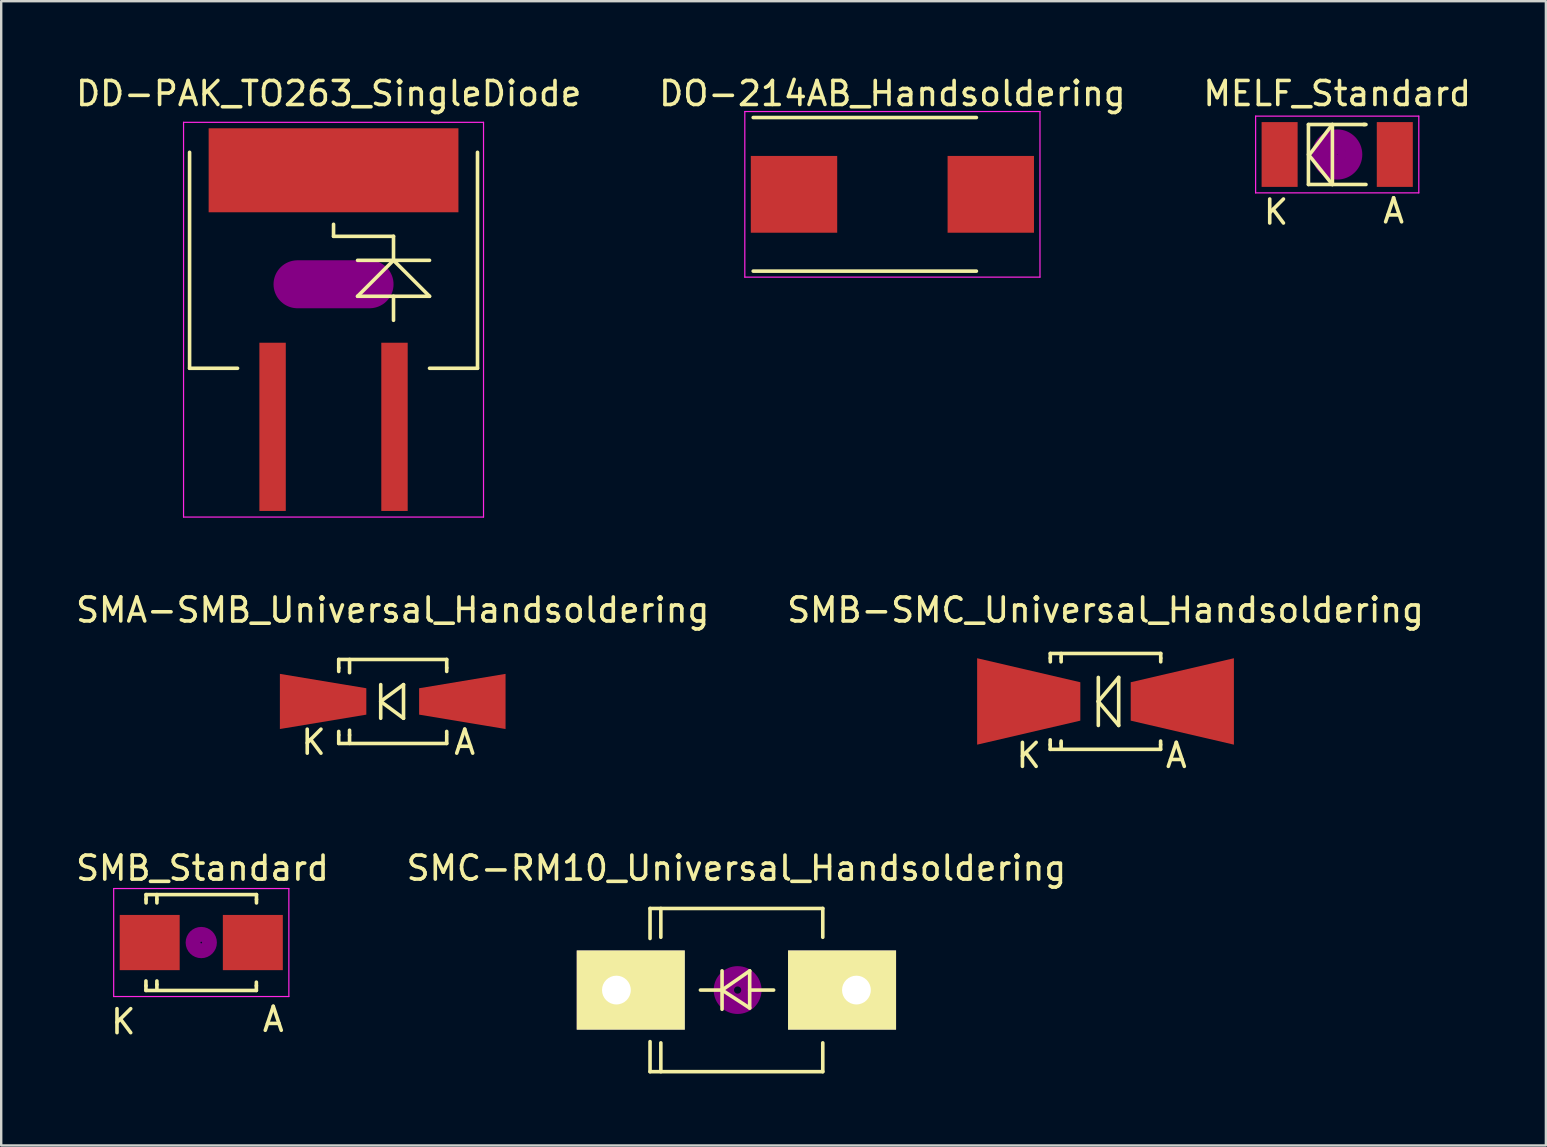
<source format=kicad_pcb>
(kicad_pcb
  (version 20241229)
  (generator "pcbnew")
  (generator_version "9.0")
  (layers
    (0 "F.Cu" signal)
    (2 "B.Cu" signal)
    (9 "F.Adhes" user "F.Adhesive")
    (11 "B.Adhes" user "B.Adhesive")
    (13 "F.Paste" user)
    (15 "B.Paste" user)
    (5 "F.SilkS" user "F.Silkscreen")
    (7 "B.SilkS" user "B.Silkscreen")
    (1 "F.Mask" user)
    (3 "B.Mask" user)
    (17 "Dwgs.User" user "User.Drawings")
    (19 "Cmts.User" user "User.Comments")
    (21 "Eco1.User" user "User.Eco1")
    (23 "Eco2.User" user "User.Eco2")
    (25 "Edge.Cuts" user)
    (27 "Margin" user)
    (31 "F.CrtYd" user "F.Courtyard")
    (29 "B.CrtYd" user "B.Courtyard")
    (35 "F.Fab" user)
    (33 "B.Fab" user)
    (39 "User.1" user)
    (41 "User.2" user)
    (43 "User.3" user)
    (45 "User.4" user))
  (footprint "SMB_Standard"
    (layer "F.Cu")
    (at 5.337 36.227)
    (property "Reference" "SMB_Standard" (at 0.05 -3.1 0) (layer "F.SilkS") (effects (font (size 1 1) (thickness 0.15))))
    (attr smd)
    (fp_line (start -2.306 1.8) (end -2.306 1.6) (stroke (width 0.15) (type solid)) (layer "F.SilkS"))
    (fp_line (start -2.306 1.996) (end -2.306 1.798) (stroke (width 0.15) (type solid)) (layer "F.SilkS"))
    (fp_line (start -2.306 1.996) (end 2.296 1.996) (stroke (width 0.15) (type solid)) (layer "F.SilkS"))
    (fp_line (start -2.301 -1.999) (end -2.301 -1.801) (stroke (width 0.15) (type solid)) (layer "F.SilkS"))
    (fp_line (start -2.301 -1.999) (end 2.301 -1.999) (stroke (width 0.15) (type solid)) (layer "F.SilkS"))
    (fp_line (start -2.301 -1.8) (end -2.301 -1.651) (stroke (width 0.15) (type solid)) (layer "F.SilkS"))
    (fp_line (start -1.849 -1.999) (end -1.849 -1.801) (stroke (width 0.15) (type solid)) (layer "F.SilkS"))
    (fp_line (start -1.849 -1.8) (end -1.849 -1.651) (stroke (width 0.15) (type solid)) (layer "F.SilkS"))
    (fp_line (start -1.849 1.75) (end -1.849 1.601) (stroke (width 0.15) (type solid)) (layer "F.SilkS"))
    (fp_line (start -1.849 1.949) (end -1.849 1.751) (stroke (width 0.15) (type solid)) (layer "F.SilkS"))
    (fp_line (start 2.296 1.8) (end 2.296 1.651) (stroke (width 0.15) (type solid)) (layer "F.SilkS"))
    (fp_line (start 2.296 1.996) (end 2.296 1.798) (stroke (width 0.15) (type solid)) (layer "F.SilkS"))
    (fp_line (start 2.301 -1.999) (end 2.301 -1.801) (stroke (width 0.15) (type solid)) (layer "F.SilkS"))
    (fp_line (start 2.301 -1.8) (end 2.301 -1.651) (stroke (width 0.15) (type solid)) (layer "F.SilkS"))
    (fp_circle (center 0 0) (end 0.201 0.099) (stroke (width 0.381) (type solid)) (fill no) (layer "F.Adhes"))
    (fp_circle (center 0 0) (end 0.45 0.099) (stroke (width 0.381) (type solid)) (fill no) (layer "F.Adhes"))
    (fp_line (start -3.65 -2.25) (end 3.65 -2.25) (stroke (width 0.05) (type solid)) (layer "F.CrtYd"))
    (fp_line (start -3.65 2.25) (end -3.65 -2.25) (stroke (width 0.05) (type solid)) (layer "F.CrtYd"))
    (fp_line (start 3.65 -2.25) (end 3.65 2.25) (stroke (width 0.05) (type solid)) (layer "F.CrtYd"))
    (fp_line (start 3.65 2.25) (end -3.65 2.25) (stroke (width 0.05) (type solid)) (layer "F.CrtYd"))
    (fp_text user "K" (at -3.25 3.3 0) (layer "F.SilkS") (effects (font (size 1 1) (thickness 0.15))))
    (fp_text user "A" (at 3 3.2 0) (layer "F.SilkS") (effects (font (size 1 1) (thickness 0.15))))
    (pad "1" smd rect (at -2.149 0) (size 2.499 2.301) (layers "F.Cu" "F.Mask" "F.Paste"))
    (pad "2" smd rect (at 2.149 0) (size 2.499 2.301) (layers "F.Cu" "F.Mask" "F.Paste")))
  (footprint "SMA-SMB_Universal_Handsoldering"
    (layer "F.Cu")
    (at 13.315 26.18)
    (property "Reference" "SMA-SMB_Universal_Handsoldering" (at 0 -3.81 0) (layer "F.SilkS") (effects (font (size 1 1) (thickness 0.15))))
    (attr smd)
    (fp_line (start -2.25 -1.75) (end -2.25 -1.4) (stroke (width 0.15) (type solid)) (layer "F.SilkS"))
    (fp_line (start -2.25 -1.75) (end 2.25 -1.75) (stroke (width 0.15) (type solid)) (layer "F.SilkS"))
    (fp_line (start -2.25 -1.4) (end -2.25 -1.25) (stroke (width 0.15) (type solid)) (layer "F.SilkS"))
    (fp_line (start -2.25 1.4) (end -2.25 1.25) (stroke (width 0.15) (type solid)) (layer "F.SilkS"))
    (fp_line (start -2.25 1.75) (end -2.25 1.4) (stroke (width 0.15) (type solid)) (layer "F.SilkS"))
    (fp_line (start -2.25 1.75) (end 2.25 1.75) (stroke (width 0.15) (type solid)) (layer "F.SilkS"))
    (fp_line (start -1.799 -1.75) (end -1.799 -1.4) (stroke (width 0.15) (type solid)) (layer "F.SilkS"))
    (fp_line (start -1.799 -1.349) (end -1.799 -1.199) (stroke (width 0.15) (type solid)) (layer "F.SilkS"))
    (fp_line (start -1.799 1.4) (end -1.799 1.199) (stroke (width 0.15) (type solid)) (layer "F.SilkS"))
    (fp_line (start -1.799 1.75) (end -1.799 1.4) (stroke (width 0.15) (type solid)) (layer "F.SilkS"))
    (fp_line (start -0.5 -0.701) (end -0.5 0.701) (stroke (width 0.15) (type solid)) (layer "F.SilkS"))
    (fp_line (start -0.5 0) (end 0.45 -0.701) (stroke (width 0.15) (type solid)) (layer "F.SilkS"))
    (fp_line (start 0.45 -0.701) (end 0.45 0.701) (stroke (width 0.15) (type solid)) (layer "F.SilkS"))
    (fp_line (start 0.45 0.701) (end -0.5 0) (stroke (width 0.15) (type solid)) (layer "F.SilkS"))
    (fp_line (start 2.25 -1.75) (end 2.25 -1.4) (stroke (width 0.15) (type solid)) (layer "F.SilkS"))
    (fp_line (start 2.25 -1.4) (end 2.25 -1.25) (stroke (width 0.15) (type solid)) (layer "F.SilkS"))
    (fp_line (start 2.25 1.349) (end 2.25 1.25) (stroke (width 0.15) (type solid)) (layer "F.SilkS"))
    (fp_line (start 2.25 1.75) (end 2.25 1.4) (stroke (width 0.15) (type solid)) (layer "F.SilkS"))
    (fp_text user "A" (at 3 1.699 0) (layer "F.SilkS") (effects (font (size 1 1) (thickness 0.15))))
    (fp_text user "K" (at -3.3 1.7 0) (layer "F.SilkS") (effects (font (size 1 1) (thickness 0.15))))
    (pad "1" smd trapezoid (at -2.901 0) (size 3.602 1.699) (rect_delta 0.599 0) (layers "F.Cu" "F.Mask" "F.Paste"))
    (pad "2" smd trapezoid (at 2.901 0 180) (size 3.602 1.699) (rect_delta 0.599 0) (layers "F.Cu" "F.Mask" "F.Paste")))
  (footprint "SMC-RM10_Universal_Handsoldering"
    (layer "F.Cu")
    (at 27.637 38.207)
    (property "Reference" "SMC-RM10_Universal_Handsoldering" (at 0 -5.08 0) (layer "F.SilkS") (effects (font (size 1 1) (thickness 0.15))))
    (attr through_hole)
    (fp_line (start -3.599 -3.401) (end -3.599 -2.149) (stroke (width 0.15) (type solid)) (layer "F.SilkS"))
    (fp_line (start -3.599 -3.401) (end 3.599 -3.401) (stroke (width 0.15) (type solid)) (layer "F.SilkS"))
    (fp_line (start -3.599 3.401) (end -3.599 2.149) (stroke (width 0.15) (type solid)) (layer "F.SilkS"))
    (fp_line (start -3.599 3.401) (end 3.599 3.401) (stroke (width 0.15) (type solid)) (layer "F.SilkS"))
    (fp_line (start -3.149 -3.401) (end -3.149 -2.2) (stroke (width 0.15) (type solid)) (layer "F.SilkS"))
    (fp_line (start -3.149 3.401) (end -3.149 2.2) (stroke (width 0.15) (type solid)) (layer "F.SilkS"))
    (fp_line (start -0.598 -0.8) (end -0.598 0.8) (stroke (width 0.15) (type solid)) (layer "F.SilkS"))
    (fp_line (start -0.598 0) (end -1.499 0) (stroke (width 0.15) (type solid)) (layer "F.SilkS"))
    (fp_line (start -0.598 0) (end 0.553 -0.8) (stroke (width 0.15) (type solid)) (layer "F.SilkS"))
    (fp_line (start -0.598 0) (end 0.553 0.749) (stroke (width 0.15) (type solid)) (layer "F.SilkS"))
    (fp_line (start 0.553 0) (end 1.551 0) (stroke (width 0.15) (type solid)) (layer "F.SilkS"))
    (fp_line (start 0.553 0.749) (end 0.553 -0.8) (stroke (width 0.15) (type solid)) (layer "F.SilkS"))
    (fp_line (start 3.599 -3.401) (end 3.599 -2.2) (stroke (width 0.15) (type solid)) (layer "F.SilkS"))
    (fp_line (start 3.599 3.401) (end 3.599 2.2) (stroke (width 0.15) (type solid)) (layer "F.SilkS"))
    (fp_circle (center 0.05 0) (end -0.75 -0.099) (stroke (width 0.381) (type solid)) (fill no) (layer "F.Adhes"))
    (fp_circle (center 0.05 0) (end -0.45 0) (stroke (width 0.381) (type solid)) (fill no) (layer "F.Adhes"))
    (fp_circle (center 0.05 0) (end -0.1 0) (stroke (width 0.381) (type solid)) (fill no) (layer "F.Adhes"))
    (pad "1" thru_hole rect (at -5.001 0) (size 4.501 3.299) (drill 1.199 (offset 0.599 0)) (layers "*.Cu" "*.Mask" "F.SilkS"))
    (pad "2" thru_hole rect (at 5.001 0 180) (size 4.501 3.299) (drill 1.199 (offset 0.599 0)) (layers "*.Cu" "*.Mask" "F.SilkS")))
  (footprint "MELF_Standard"
    (layer "F.Cu")
    (at 52.673 3.388)
    (property "Reference" "MELF_Standard" (at 0 -2.54 0) (layer "F.SilkS") (effects (font (size 1 1) (thickness 0.15))))
    (attr smd)
    (fp_line (start -1.199 -1.25) (end -1.199 1.25) (stroke (width 0.15) (type solid)) (layer "F.SilkS"))
    (fp_line (start -1.199 -1.25) (end 1.151 -1.25) (stroke (width 0.15) (type solid)) (layer "F.SilkS"))
    (fp_line (start -1.199 1.25) (end 1.049 1.25) (stroke (width 0.15) (type solid)) (layer "F.SilkS"))
    (fp_line (start -1.151 0) (end -0.201 -1.25) (stroke (width 0.15) (type solid)) (layer "F.SilkS"))
    (fp_line (start -0.201 -1.25) (end -0.201 1.25) (stroke (width 0.15) (type solid)) (layer "F.SilkS"))
    (fp_line (start -0.201 1.25) (end -1.199 0) (stroke (width 0.15) (type solid)) (layer "F.SilkS"))
    (fp_line (start 1.1 -1.25) (end 1.199 -1.25) (stroke (width 0.15) (type solid)) (layer "F.SilkS"))
    (fp_line (start 1.1 1.25) (end 1.199 1.25) (stroke (width 0.15) (type solid)) (layer "F.SilkS"))
    (fp_circle (center 0 0) (end -0.8 0.3) (stroke (width 0.381) (type solid)) (fill no) (layer "F.Adhes"))
    (fp_circle (center 0 0) (end 0 0.201) (stroke (width 0.381) (type solid)) (fill no) (layer "F.Adhes"))
    (fp_circle (center 0 0) (end 0 0.551) (stroke (width 0.381) (type solid)) (fill no) (layer "F.Adhes"))
    (fp_line (start -3.4 -1.6) (end 3.4 -1.6) (stroke (width 0.05) (type solid)) (layer "F.CrtYd"))
    (fp_line (start -3.4 1.6) (end -3.4 -1.6) (stroke (width 0.05) (type solid)) (layer "F.CrtYd"))
    (fp_line (start 3.4 -1.6) (end 3.4 1.6) (stroke (width 0.05) (type solid)) (layer "F.CrtYd"))
    (fp_line (start 3.4 1.6) (end -3.4 1.6) (stroke (width 0.05) (type solid)) (layer "F.CrtYd"))
    (fp_text user "K" (at -2.55 2.4 0) (layer "F.SilkS") (effects (font (size 1 1) (thickness 0.15))))
    (fp_text user "A" (at 2.35 2.35 0) (layer "F.SilkS") (effects (font (size 1 1) (thickness 0.15))))
    (pad "1" smd rect (at -2.4 0) (size 1.501 2.7) (layers "F.Cu" "F.Mask" "F.Paste"))
    (pad "2" smd rect (at 2.4 0) (size 1.501 2.7) (layers "F.Cu" "F.Mask" "F.Paste")))
  (footprint "SMB-SMC_Universal_Handsoldering"
    (layer "F.Cu")
    (at 43.018 26.18)
    (property "Reference" "SMB-SMC_Universal_Handsoldering" (at 0 -3.81 0) (layer "F.SilkS") (effects (font (size 1 1) (thickness 0.15))))
    (attr smd)
    (fp_line (start -2.306 1.8) (end -2.306 1.6) (stroke (width 0.15) (type solid)) (layer "F.SilkS"))
    (fp_line (start -2.306 1.996) (end -2.306 1.798) (stroke (width 0.15) (type solid)) (layer "F.SilkS"))
    (fp_line (start -2.306 1.996) (end 2.296 1.996) (stroke (width 0.15) (type solid)) (layer "F.SilkS"))
    (fp_line (start -2.301 -1.999) (end -2.301 -1.801) (stroke (width 0.15) (type solid)) (layer "F.SilkS"))
    (fp_line (start -2.301 -1.999) (end 2.301 -1.999) (stroke (width 0.15) (type solid)) (layer "F.SilkS"))
    (fp_line (start -2.301 -1.8) (end -2.301 -1.651) (stroke (width 0.15) (type solid)) (layer "F.SilkS"))
    (fp_line (start -1.849 -1.999) (end -1.849 -1.801) (stroke (width 0.15) (type solid)) (layer "F.SilkS"))
    (fp_line (start -1.849 -1.8) (end -1.849 -1.651) (stroke (width 0.15) (type solid)) (layer "F.SilkS"))
    (fp_line (start -1.849 1.75) (end -1.849 1.651) (stroke (width 0.15) (type solid)) (layer "F.SilkS"))
    (fp_line (start -1.849 1.949) (end -1.849 1.751) (stroke (width 0.15) (type solid)) (layer "F.SilkS"))
    (fp_line (start -0.3 0) (end -0.3 -1.001) (stroke (width 0.15) (type solid)) (layer "F.SilkS"))
    (fp_line (start -0.3 0) (end -0.3 1.001) (stroke (width 0.15) (type solid)) (layer "F.SilkS"))
    (fp_line (start -0.3 0) (end 0.549 -1.001) (stroke (width 0.15) (type solid)) (layer "F.SilkS"))
    (fp_line (start 0.549 -1.001) (end 0.549 1.001) (stroke (width 0.15) (type solid)) (layer "F.SilkS"))
    (fp_line (start 0.549 1.001) (end -0.3 0) (stroke (width 0.15) (type solid)) (layer "F.SilkS"))
    (fp_line (start 2.296 1.8) (end 2.296 1.651) (stroke (width 0.15) (type solid)) (layer "F.SilkS"))
    (fp_line (start 2.296 1.996) (end 2.296 1.798) (stroke (width 0.15) (type solid)) (layer "F.SilkS"))
    (fp_line (start 2.301 -1.999) (end 2.301 -1.801) (stroke (width 0.15) (type solid)) (layer "F.SilkS"))
    (fp_line (start 2.301 -1.8) (end 2.301 -1.651) (stroke (width 0.15) (type solid)) (layer "F.SilkS"))
    (fp_text user "K" (at -3.2 2.25 0) (layer "F.SilkS") (effects (font (size 1 1) (thickness 0.15))))
    (fp_text user "A" (at 2.95 2.25 0) (layer "F.SilkS") (effects (font (size 1 1) (thickness 0.15))))
    (pad "1" smd trapezoid (at -3.2 0) (size 4.3 2.601) (rect_delta 1.001 0) (layers "F.Cu" "F.Mask" "F.Paste"))
    (pad "2" smd trapezoid (at 3.2 0 180) (size 4.3 2.601) (rect_delta 1.001 0) (layers "F.Cu" "F.Mask" "F.Paste")))
  (footprint "DD-PAK_TO263_SingleDiode"
    (layer "F.Cu")
    (at 10.849 10.297)
    (property "Reference" "DD-PAK_TO263_SingleDiode" (at -0.201 -9.449 0) (layer "F.SilkS") (effects (font (size 1 1) (thickness 0.15))))
    (attr smd)
    (fp_line (start -5.999 -7) (end -5.999 1.999) (stroke (width 0.15) (type solid)) (layer "F.SilkS"))
    (fp_line (start -5.999 1.999) (end -4 1.999) (stroke (width 0.15) (type solid)) (layer "F.SilkS"))
    (fp_line (start 0 -3.5) (end 0 -4) (stroke (width 0.15) (type solid)) (layer "F.SilkS"))
    (fp_line (start 1.001 -2.499) (end 4 -2.499) (stroke (width 0.15) (type solid)) (layer "F.SilkS"))
    (fp_line (start 1.001 -1.001) (end 4 -1.001) (stroke (width 0.15) (type solid)) (layer "F.SilkS"))
    (fp_line (start 2.499 -3.5) (end 0 -3.5) (stroke (width 0.15) (type solid)) (layer "F.SilkS"))
    (fp_line (start 2.499 -2.499) (end 1.001 -1.001) (stroke (width 0.15) (type solid)) (layer "F.SilkS"))
    (fp_line (start 2.499 -2.499) (end 2.499 -3.5) (stroke (width 0.15) (type solid)) (layer "F.SilkS"))
    (fp_line (start 2.499 -1.001) (end 2.499 0) (stroke (width 0.15) (type solid)) (layer "F.SilkS"))
    (fp_line (start 4 -1.001) (end 2.499 -2.499) (stroke (width 0.15) (type solid)) (layer "F.SilkS"))
    (fp_line (start 4 1.999) (end 5.999 1.999) (stroke (width 0.15) (type solid)) (layer "F.SilkS"))
    (fp_line (start 5.999 1.999) (end 5.999 -7) (stroke (width 0.15) (type solid)) (layer "F.SilkS"))
    (fp_line (start -6.25 -8.25) (end 6.25 -8.25) (stroke (width 0.05) (type solid)) (layer "F.CrtYd"))
    (fp_line (start -6.25 8.2) (end -6.25 -8.25) (stroke (width 0.05) (type solid)) (layer "F.CrtYd"))
    (fp_line (start 6.25 -8.25) (end 6.25 8.2) (stroke (width 0.05) (type solid)) (layer "F.CrtYd"))
    (fp_line (start 6.25 8.2) (end -6.25 8.2) (stroke (width 0.05) (type solid)) (layer "F.CrtYd"))
    (pad "" smd oval (at 0 -1.501) (size 5.001 1.999) (layers "F.Adhes"))
    (pad "1" smd rect (at -2.54 4.44) (size 1.1 7.01) (layers "F.Cu" "F.Mask" "F.Paste"))
    (pad "2" smd rect (at 0 -6.251) (size 10.409 3.5) (layers "F.Cu" "F.Mask" "F.Paste"))
    (pad "3" smd rect (at 2.54 4.44) (size 1.1 7.01) (layers "F.Cu" "F.Mask" "F.Paste")))
  (footprint "DO-214AB_Handsoldering"
    (layer "F.Cu")
    (at 34.137 5.048)
    (property "Reference" "DO-214AB_Handsoldering" (at 0 -4.2 0) (layer "F.SilkS") (effects (font (size 1 1) (thickness 0.15))))
    (attr smd)
    (fp_line (start -5.8 -3.2) (end 3.5 -3.2) (stroke (width 0.15) (type solid)) (layer "F.SilkS"))
    (fp_line (start 3.5 3.2) (end -5.8 3.2) (stroke (width 0.15) (type solid)) (layer "F.SilkS"))
    (fp_line (start -6.15 -3.45) (end 6.15 -3.45) (stroke (width 0.05) (type solid)) (layer "F.CrtYd"))
    (fp_line (start -6.15 3.45) (end -6.15 -3.45) (stroke (width 0.05) (type solid)) (layer "F.CrtYd"))
    (fp_line (start 6.15 -3.45) (end 6.15 3.45) (stroke (width 0.05) (type solid)) (layer "F.CrtYd"))
    (fp_line (start 6.15 3.45) (end -6.15 3.45) (stroke (width 0.05) (type solid)) (layer "F.CrtYd"))
    (pad "1" smd rect (at -4.1 0) (size 3.6 3.2) (layers "F.Cu" "F.Mask" "F.Paste"))
    (pad "2" smd rect (at 4.1 0) (size 3.6 3.2) (layers "F.Cu" "F.Mask" "F.Paste")))
  (gr_rect
    (start -3 -3)
    (end 61.369 44.683)
    (stroke (width 0.1) (type default))
    (fill no)
    (layer "Edge.Cuts")))
</source>
